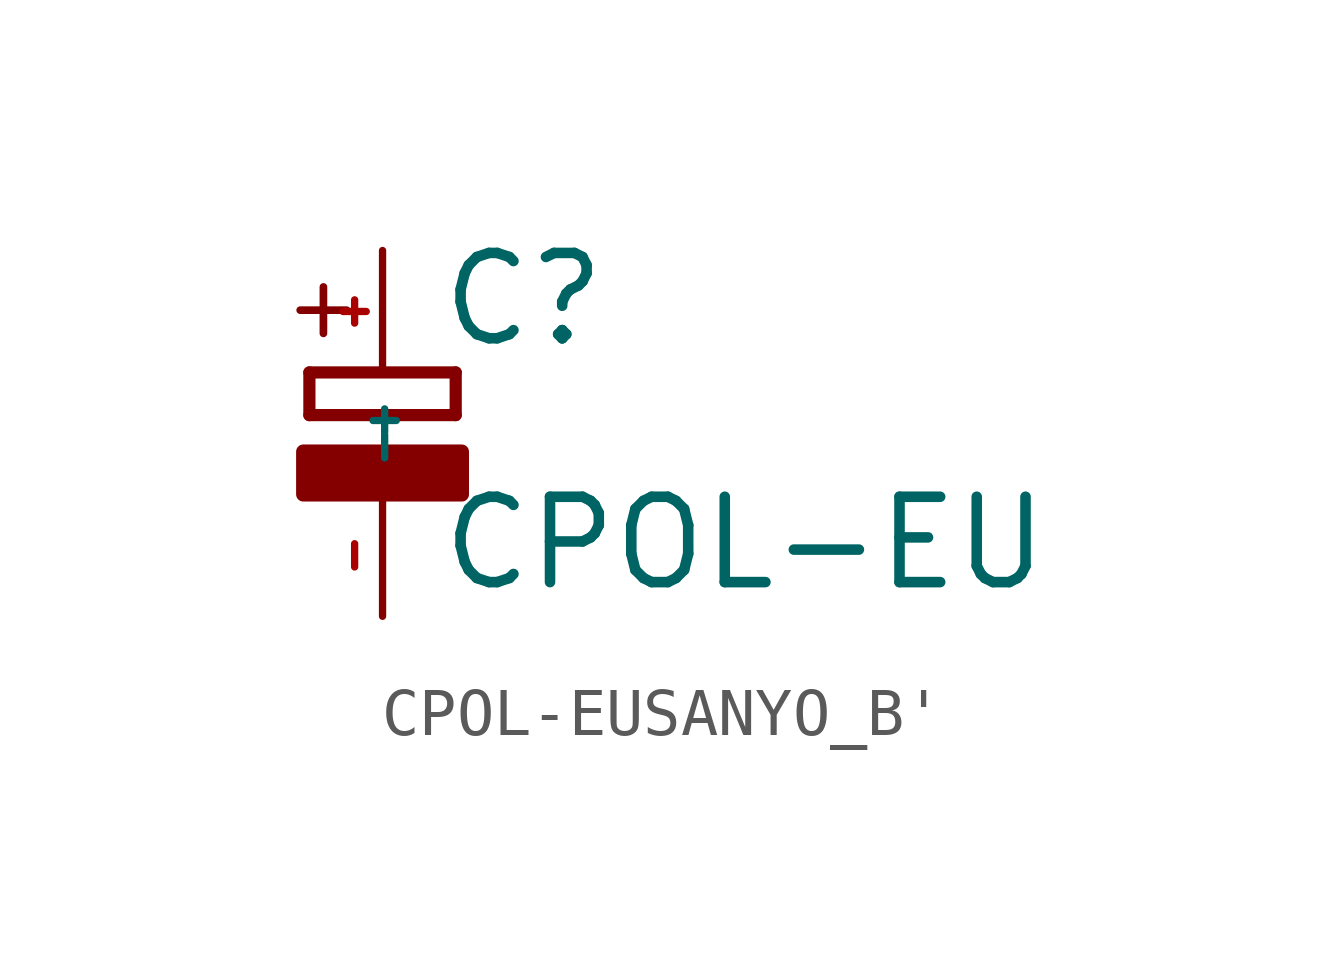
<source format=kicad_sym>
(kicad_symbol_lib
  (version 20220914)
  (generator Eagle2Kicad)
  (symbol "CPOL-EUSANYO_B'"
    (property "Reference" "C"
      (at 1.143 0.483 0)
      (effects (font (size 1.778 1.778) (thickness 0.22)) (justify left bottom)))
    (property "Value" "CPOL-EU"
      (at 1.143 -4.597 0)
      (effects (font (size 1.778 1.778) (thickness 0.22)) (justify left bottom)))
    (polyline
      (pts (xy -1.524 -0.889) (xy 1.524 -0.889))
      (stroke (width 0.254) (type default))
      (fill (type none)))
    (polyline
      (pts (xy 1.524 -0.889) (xy 1.524 0))
      (stroke (width 0.254) (type default))
      (fill (type none)))
    (polyline
      (pts (xy -1.524 0) (xy -1.524 -0.889))
      (stroke (width 0.254) (type default))
      (fill (type none)))
    (polyline
      (pts (xy -1.524 0) (xy 1.524 0))
      (stroke (width 0.254) (type default))
      (fill (type none)))
    (text "+"
      (at -0.584 0.406 900)
      (effects (font (size 1.27 1.27) (thickness 0.16)) (justify left bottom)))
    (rectangle
      (start -1.651 -2.54)
      (end 1.651 -1.651)
      (stroke (width 0.3) (type default))
      (fill (type outline)))
    (pin passive line
      (at 0 -5.08 90)
      (length 2.54)
      (name "-" (effects (font (size 0.635 0.635) (thickness 0.08)) (justify left bottom)))
      (number "-" (effects (font (size 0.635 0.635) (thickness 0.08)) (justify left bottom))))
    (pin passive line
      (at 0 2.54 270)
      (length 2.54)
      (name "+" (effects (font (size 0.635 0.635) (thickness 0.08)) (justify left bottom)))
      (number "+" (effects (font (size 0.635 0.635) (thickness 0.08)) (justify left bottom))))))
</source>
